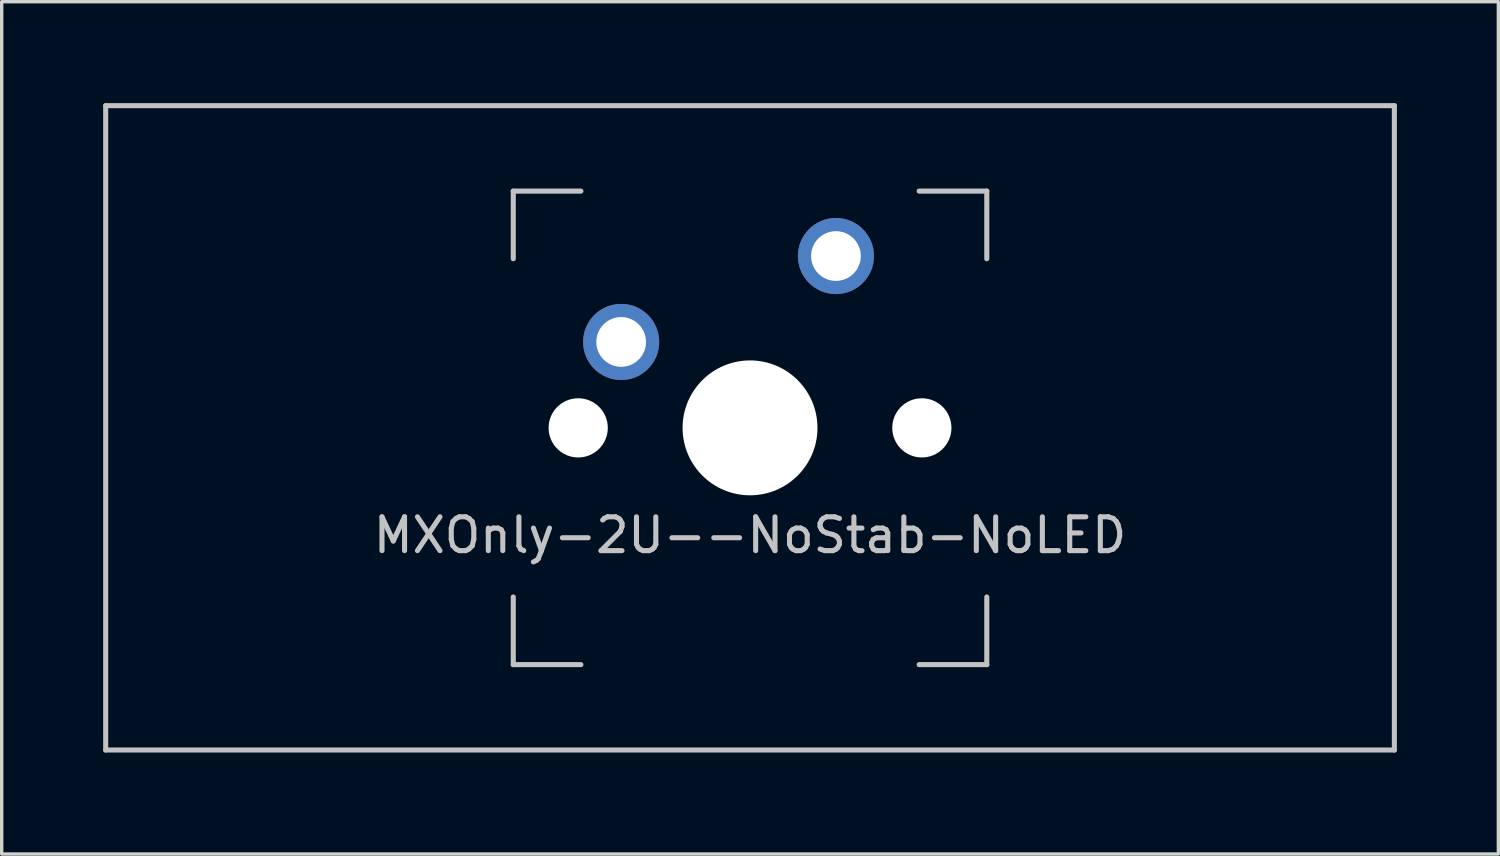
<source format=kicad_pcb>
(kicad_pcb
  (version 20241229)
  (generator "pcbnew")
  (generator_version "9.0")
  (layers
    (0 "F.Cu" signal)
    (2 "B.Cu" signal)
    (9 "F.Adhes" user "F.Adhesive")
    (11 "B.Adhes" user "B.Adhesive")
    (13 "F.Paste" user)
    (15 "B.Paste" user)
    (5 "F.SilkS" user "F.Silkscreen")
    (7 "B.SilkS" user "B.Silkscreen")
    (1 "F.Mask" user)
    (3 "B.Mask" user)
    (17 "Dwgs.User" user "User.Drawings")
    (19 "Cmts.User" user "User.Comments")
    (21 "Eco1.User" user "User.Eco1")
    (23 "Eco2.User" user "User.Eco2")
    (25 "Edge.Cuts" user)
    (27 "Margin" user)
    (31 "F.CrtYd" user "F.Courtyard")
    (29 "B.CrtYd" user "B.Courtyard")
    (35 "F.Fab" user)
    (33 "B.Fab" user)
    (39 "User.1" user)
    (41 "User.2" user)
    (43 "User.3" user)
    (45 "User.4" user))
  (footprint "MXOnly-2U--NoStab-NoLED"
    (layer "F.Cu")
    (at 19.125 9.6)
    (property "Reference" "MXOnly-2U--NoStab-NoLED" (at 0 3.175 0) (layer "Dwgs.User") (effects (font (size 1 1) (thickness 0.15))))
    (attr through_hole)
    (fp_line (start -19.05 -9.525) (end 19.05 -9.525) (stroke (width 0.15) (type solid)) (layer "Dwgs.User"))
    (fp_line (start -19.05 9.525) (end -19.05 -9.525) (stroke (width 0.15) (type solid)) (layer "Dwgs.User"))
    (fp_line (start -19.05 9.525) (end 19.05 9.525) (stroke (width 0.15) (type solid)) (layer "Dwgs.User"))
    (fp_line (start -7 -7) (end -7 -5) (stroke (width 0.15) (type solid)) (layer "Dwgs.User"))
    (fp_line (start -7 5) (end -7 7) (stroke (width 0.15) (type solid)) (layer "Dwgs.User"))
    (fp_line (start -7 7) (end -5 7) (stroke (width 0.15) (type solid)) (layer "Dwgs.User"))
    (fp_line (start -5 -7) (end -7 -7) (stroke (width 0.15) (type solid)) (layer "Dwgs.User"))
    (fp_line (start 5 -7) (end 7 -7) (stroke (width 0.15) (type solid)) (layer "Dwgs.User"))
    (fp_line (start 5 7) (end 7 7) (stroke (width 0.15) (type solid)) (layer "Dwgs.User"))
    (fp_line (start 7 -7) (end 7 -5) (stroke (width 0.15) (type solid)) (layer "Dwgs.User"))
    (fp_line (start 7 7) (end 7 5) (stroke (width 0.15) (type solid)) (layer "Dwgs.User"))
    (fp_line (start 19.05 -9.525) (end 19.05 9.525) (stroke (width 0.15) (type solid)) (layer "Dwgs.User"))
    (pad "" np_thru_hole circle (at -5.08 0 48.1) (size 1.75 1.75) (drill 1.75) (layers "*.Cu" "*.Mask"))
    (pad "" np_thru_hole circle (at 0 0) (size 3.988 3.988) (drill 3.988) (layers "*.Cu" "*.Mask"))
    (pad "" np_thru_hole circle (at 5.08 0 48.1) (size 1.75 1.75) (drill 1.75) (layers "*.Cu" "*.Mask"))
    (pad "1" thru_hole circle (at -3.81 -2.54) (size 2.25 2.25) (drill 1.47) (layers "*.Cu" "B.Mask"))
    (pad "2" thru_hole circle (at 2.54 -5.08) (size 2.25 2.25) (drill 1.47) (layers "*.Cu" "B.Mask")))
  (gr_rect
    (start -3 -3)
    (end 41.25 22.2)
    (stroke (width 0.1) (type default))
    (fill no)
    (layer "Edge.Cuts")))
</source>
